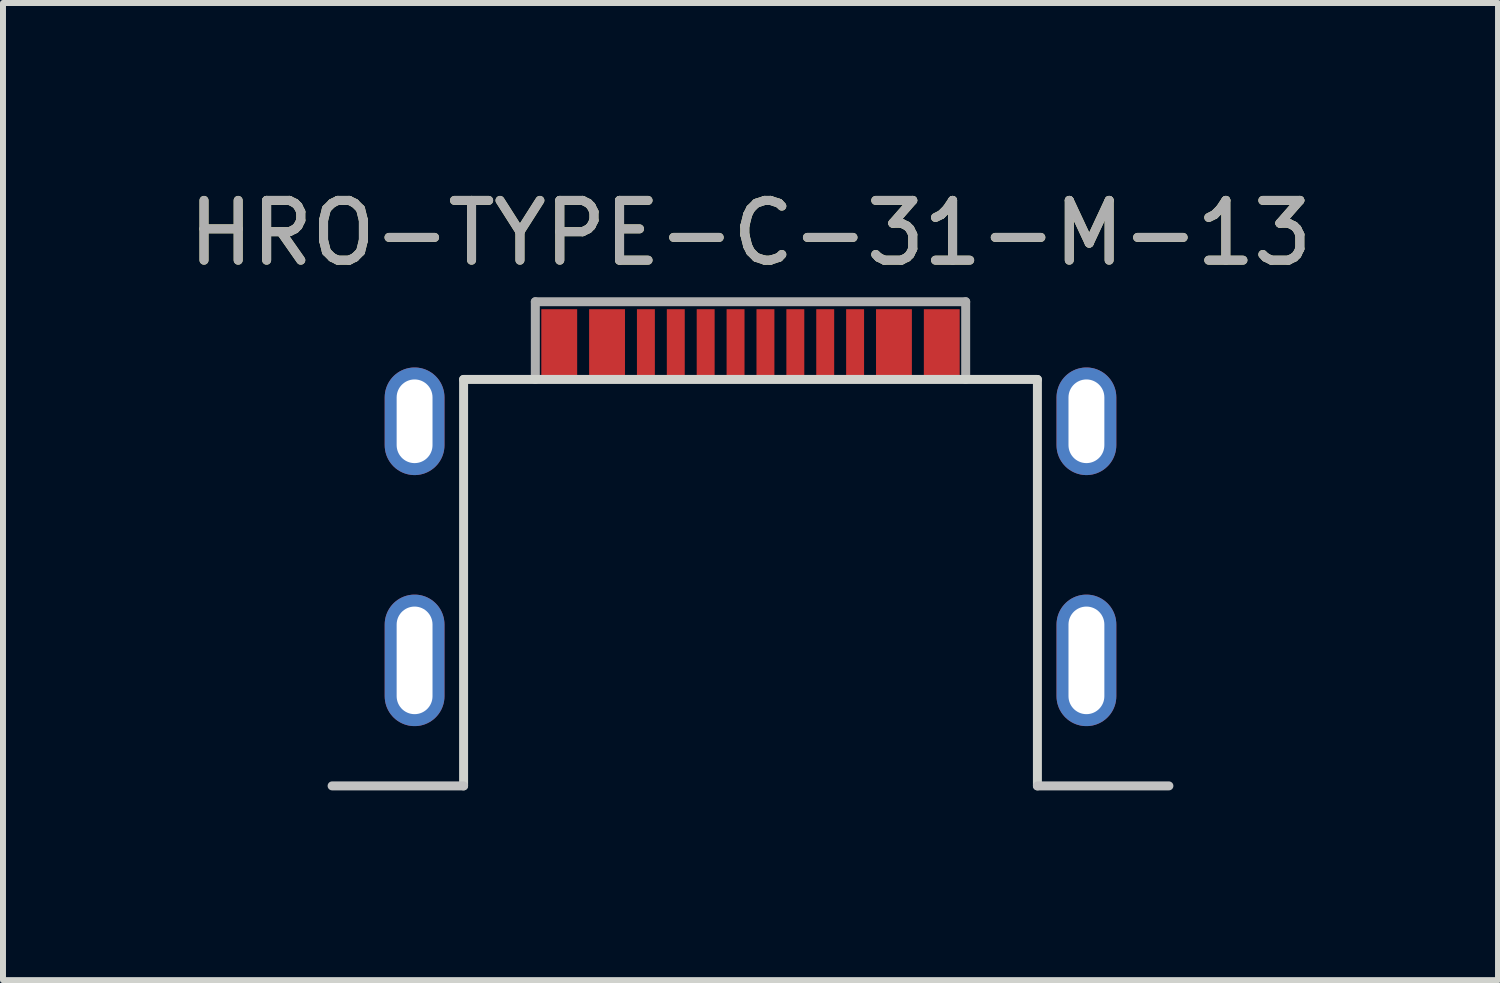
<source format=kicad_pcb>
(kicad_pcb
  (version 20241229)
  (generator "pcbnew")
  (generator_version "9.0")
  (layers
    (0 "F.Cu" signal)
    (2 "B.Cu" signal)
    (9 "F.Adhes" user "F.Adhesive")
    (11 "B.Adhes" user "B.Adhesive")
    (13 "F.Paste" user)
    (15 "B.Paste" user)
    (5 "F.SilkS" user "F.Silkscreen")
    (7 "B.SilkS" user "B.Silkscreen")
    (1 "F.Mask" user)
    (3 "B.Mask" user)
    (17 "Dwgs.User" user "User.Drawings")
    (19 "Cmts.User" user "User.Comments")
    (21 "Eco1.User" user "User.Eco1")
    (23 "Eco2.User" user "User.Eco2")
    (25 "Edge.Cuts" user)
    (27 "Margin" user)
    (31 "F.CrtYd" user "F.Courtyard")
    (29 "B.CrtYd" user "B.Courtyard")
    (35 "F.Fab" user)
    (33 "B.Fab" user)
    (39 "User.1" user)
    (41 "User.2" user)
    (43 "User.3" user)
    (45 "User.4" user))
  (footprint "HRO-TYPE-C-31-M-13"
    (layer "F.Cu")
    (at 9.506 10.098)
    (property "Reference" "HRO-TYPE-C-31-M-13" (at 0 -9.25 0) (layer "F.SilkS") (effects (font (size 1 1) (thickness 0.15))))
    (attr smd)
    (fp_line (start -4.8 0) (end -7 0) (stroke (width 0.15) (type solid)) (layer "Dwgs.User"))
    (fp_line (start 7 0) (end 4.8 0) (stroke (width 0.15) (type solid)) (layer "Dwgs.User"))
    (fp_line (start -4.8 -6.8) (end -4.8 0) (stroke (width 0.15) (type solid)) (layer "Edge.Cuts"))
    (fp_line (start 4.8 -6.8) (end -4.8 -6.8) (stroke (width 0.15) (type solid)) (layer "Edge.Cuts"))
    (fp_line (start 4.8 -6.8) (end 4.8 0) (stroke (width 0.15) (type solid)) (layer "Edge.Cuts"))
    (fp_line (start -3.6 -8.1) (end 3.6 -8.1) (stroke (width 0.15) (type solid)) (layer "F.Fab"))
    (fp_line (start -3.6 -6.8) (end -3.6 -8.1) (stroke (width 0.15) (type solid)) (layer "F.Fab"))
    (fp_line (start 3.6 -8.1) (end 3.6 -6.8) (stroke (width 0.15) (type solid)) (layer "F.Fab"))
    (fp_text user "${REFERENCE}" (at 0 -9.25 0) (layer "F.Fab") (effects (font (size 1 1) (thickness 0.15))))
    (pad "1" smd rect (at -3.2 -7.4) (size 0.6 1.15) (layers "F.Cu" "F.Mask" "F.Paste"))
    (pad "2" smd rect (at -2.4 -7.4) (size 0.6 1.15) (layers "F.Cu" "F.Mask" "F.Paste"))
    (pad "3" smd rect (at -1.75 -7.4) (size 0.3 1.15) (layers "F.Cu" "F.Mask" "F.Paste"))
    (pad "4" smd rect (at -1.25 -7.4) (size 0.3 1.15) (layers "F.Cu" "F.Mask" "F.Paste"))
    (pad "5" smd rect (at -0.75 -7.4) (size 0.3 1.15) (layers "F.Cu" "F.Mask" "F.Paste"))
    (pad "6" smd rect (at -0.25 -7.4) (size 0.3 1.15) (layers "F.Cu" "F.Mask" "F.Paste"))
    (pad "7" smd rect (at 0.25 -7.4) (size 0.3 1.15) (layers "F.Cu" "F.Mask" "F.Paste"))
    (pad "8" smd rect (at 0.75 -7.4) (size 0.3 1.15) (layers "F.Cu" "F.Mask" "F.Paste"))
    (pad "9" smd rect (at 1.25 -7.4) (size 0.3 1.15) (layers "F.Cu" "F.Mask" "F.Paste"))
    (pad "10" smd rect (at 1.75 -7.4) (size 0.3 1.15) (layers "F.Cu" "F.Mask" "F.Paste"))
    (pad "11" smd rect (at 2.4 -7.4) (size 0.6 1.15) (layers "F.Cu" "F.Mask" "F.Paste"))
    (pad "12" smd rect (at 3.2 -7.4) (size 0.6 1.15) (layers "F.Cu" "F.Mask" "F.Paste"))
    (pad "13" thru_hole oval (at -5.62 -6.1) (size 1 1.8) (drill oval 0.6 1.4) (layers "*.Cu" "*.Mask"))
    (pad "13" thru_hole oval (at -5.62 -2.1) (size 1 2.2) (drill oval 0.6 1.8) (layers "*.Cu" "*.Mask"))
    (pad "13" thru_hole oval (at 5.62 -6.1) (size 1 1.8) (drill oval 0.6 1.4) (layers "*.Cu" "*.Mask"))
    (pad "13" thru_hole oval (at 5.62 -2.1) (size 1 2.2) (drill oval 0.6 1.8) (layers "*.Cu" "*.Mask")))
  (gr_rect
    (start -3 -3)
    (end 22.012 13.348)
    (stroke (width 0.1) (type default))
    (fill no)
    (layer "Edge.Cuts")))
</source>
